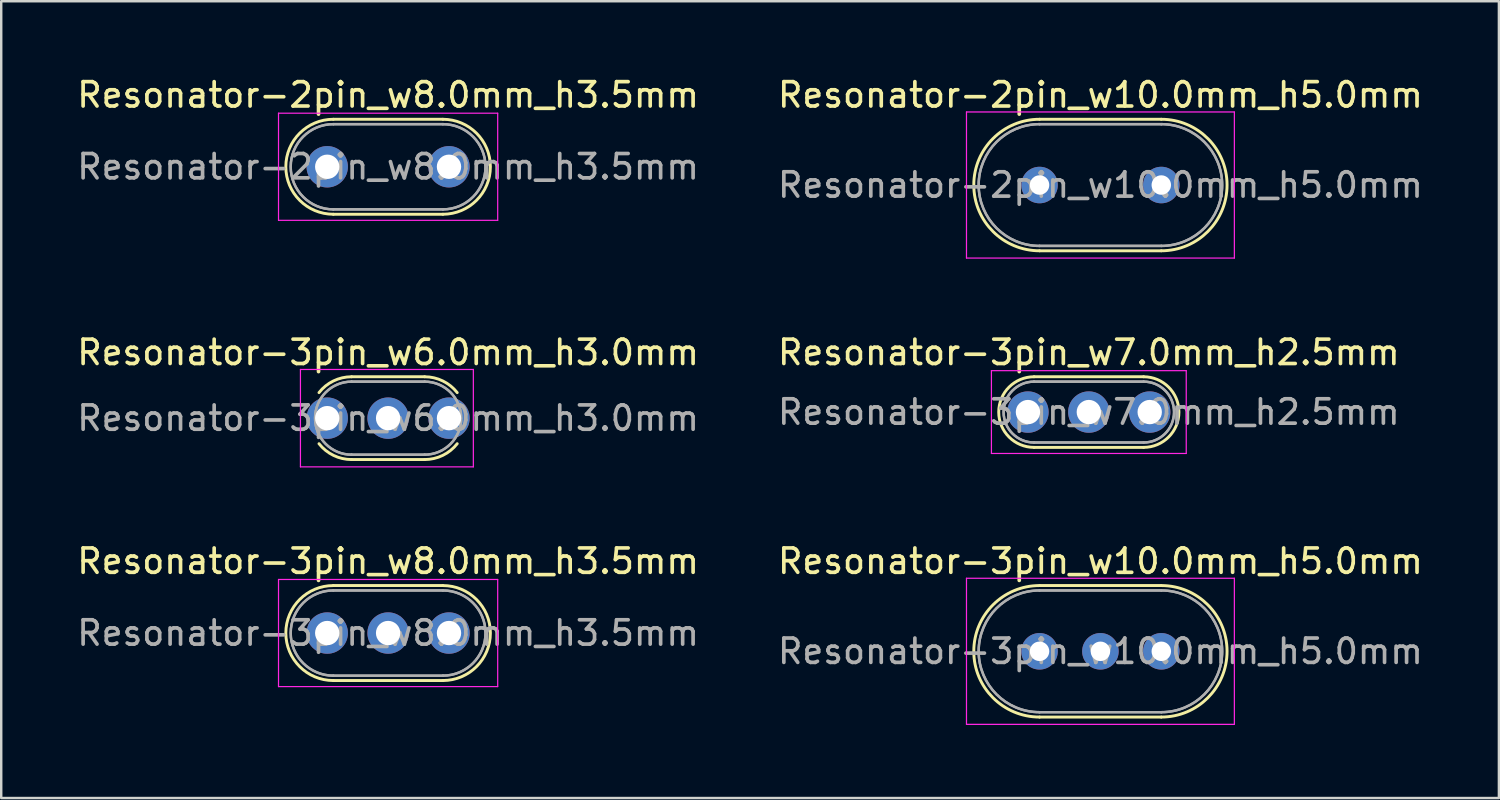
<source format=kicad_pcb>
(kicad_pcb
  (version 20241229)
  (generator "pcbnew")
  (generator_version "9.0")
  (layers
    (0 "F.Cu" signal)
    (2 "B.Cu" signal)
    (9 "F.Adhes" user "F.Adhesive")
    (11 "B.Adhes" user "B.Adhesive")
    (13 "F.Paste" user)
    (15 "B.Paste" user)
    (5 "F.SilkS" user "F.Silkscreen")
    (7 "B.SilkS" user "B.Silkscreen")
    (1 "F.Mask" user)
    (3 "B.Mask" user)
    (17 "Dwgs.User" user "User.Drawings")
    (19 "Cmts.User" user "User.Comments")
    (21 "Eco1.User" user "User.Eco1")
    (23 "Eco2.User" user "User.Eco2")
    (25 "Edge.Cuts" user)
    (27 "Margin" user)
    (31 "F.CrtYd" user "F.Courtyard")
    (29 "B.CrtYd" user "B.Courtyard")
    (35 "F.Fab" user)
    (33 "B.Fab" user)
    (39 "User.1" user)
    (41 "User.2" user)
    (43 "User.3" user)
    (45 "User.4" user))
  (footprint "Resonator-3pin_w7.0mm_h2.5mm"
    (layer "F.Cu")
    (at 39.161 13.871)
    (property "Reference" "Resonator-3pin_w7.0mm_h2.5mm" (at 2.5 -2.45 0) (layer "F.SilkS") (effects (font (size 1 1) (thickness 0.15))))
    (attr through_hole)
    (fp_line (start 0.25 -1.45) (end 4.75 -1.45) (stroke (width 0.12) (type solid)) (layer "F.SilkS"))
    (fp_line (start 0.25 1.45) (end 4.75 1.45) (stroke (width 0.12) (type solid)) (layer "F.SilkS"))
    (fp_arc (start 0.25 1.45) (mid -1.2 0) (end 0.25 -1.45) (stroke (width 0.12) (type solid)) (layer "F.SilkS"))
    (fp_arc (start 4.75 -1.45) (mid 6.2 0) (end 4.75 1.45) (stroke (width 0.12) (type solid)) (layer "F.SilkS"))
    (fp_line (start -1.5 -1.7) (end -1.5 1.7) (stroke (width 0.05) (type solid)) (layer "F.CrtYd"))
    (fp_line (start -1.5 1.7) (end 6.5 1.7) (stroke (width 0.05) (type solid)) (layer "F.CrtYd"))
    (fp_line (start 6.5 -1.7) (end -1.5 -1.7) (stroke (width 0.05) (type solid)) (layer "F.CrtYd"))
    (fp_line (start 6.5 1.7) (end 6.5 -1.7) (stroke (width 0.05) (type solid)) (layer "F.CrtYd"))
    (fp_line (start 0.25 -1.25) (end 4.75 -1.25) (stroke (width 0.1) (type solid)) (layer "F.Fab"))
    (fp_line (start 0.25 -1.25) (end 4.75 -1.25) (stroke (width 0.1) (type solid)) (layer "F.Fab"))
    (fp_line (start 0.25 1.25) (end 4.75 1.25) (stroke (width 0.1) (type solid)) (layer "F.Fab"))
    (fp_line (start 0.25 1.25) (end 4.75 1.25) (stroke (width 0.1) (type solid)) (layer "F.Fab"))
    (fp_arc (start 0.25 1.25) (mid -1 0) (end 0.25 -1.25) (stroke (width 0.1) (type solid)) (layer "F.Fab"))
    (fp_arc (start 0.25 1.25) (mid -1 0) (end 0.25 -1.25) (stroke (width 0.1) (type solid)) (layer "F.Fab"))
    (fp_arc (start 4.75 -1.25) (mid 6 0) (end 4.75 1.25) (stroke (width 0.1) (type solid)) (layer "F.Fab"))
    (fp_arc (start 4.75 -1.25) (mid 6 0) (end 4.75 1.25) (stroke (width 0.1) (type solid)) (layer "F.Fab"))
    (fp_text user "${REFERENCE}" (at 2.5 0 0) (layer "F.Fab") (effects (font (size 1 1) (thickness 0.15))))
    (pad "1" thru_hole circle (at 0 0) (size 1.7 1.7) (drill 1) (layers "*.Cu" "*.Mask"))
    (pad "2" thru_hole circle (at 2.5 0) (size 1.7 1.7) (drill 1) (layers "*.Cu" "*.Mask"))
    (pad "3" thru_hole circle (at 5 0) (size 1.7 1.7) (drill 1) (layers "*.Cu" "*.Mask")))
  (footprint "Resonator-3pin_w6.0mm_h3.0mm"
    (layer "F.Cu")
    (at 10.387 14.121)
    (property "Reference" "Resonator-3pin_w6.0mm_h3.0mm" (at 2.5 -2.7 0) (layer "F.SilkS") (effects (font (size 1 1) (thickness 0.15))))
    (attr through_hole)
    (fp_line (start 1 -1.7) (end 4 -1.7) (stroke (width 0.12) (type solid)) (layer "F.SilkS"))
    (fp_line (start 1 1.7) (end 4 1.7) (stroke (width 0.12) (type solid)) (layer "F.SilkS"))
    (fp_arc (start -0.33779 -1.048961) (mid 0.256102 -1.5286) (end 1 -1.7) (stroke (width 0.12) (type solid)) (layer "F.SilkS"))
    (fp_arc (start 1 1.7) (mid 0.256103 1.5286) (end -0.33779 1.048961) (stroke (width 0.12) (type solid)) (layer "F.SilkS"))
    (fp_arc (start 4 -1.7) (mid 4.743897 -1.5286) (end 5.33779 -1.048961) (stroke (width 0.12) (type solid)) (layer "F.SilkS"))
    (fp_arc (start 5.33779 1.048961) (mid 4.743898 1.5286) (end 4 1.7) (stroke (width 0.12) (type solid)) (layer "F.SilkS"))
    (fp_line (start -1.1 -2) (end -1.1 2) (stroke (width 0.05) (type solid)) (layer "F.CrtYd"))
    (fp_line (start -1.1 2) (end 6 2) (stroke (width 0.05) (type solid)) (layer "F.CrtYd"))
    (fp_line (start 6 -2) (end -1.1 -2) (stroke (width 0.05) (type solid)) (layer "F.CrtYd"))
    (fp_line (start 6 2) (end 6 -2) (stroke (width 0.05) (type solid)) (layer "F.CrtYd"))
    (fp_line (start 1 -1.5) (end 4 -1.5) (stroke (width 0.1) (type solid)) (layer "F.Fab"))
    (fp_line (start 1 -1.5) (end 4 -1.5) (stroke (width 0.1) (type solid)) (layer "F.Fab"))
    (fp_line (start 1 1.5) (end 4 1.5) (stroke (width 0.1) (type solid)) (layer "F.Fab"))
    (fp_line (start 1 1.5) (end 4 1.5) (stroke (width 0.1) (type solid)) (layer "F.Fab"))
    (fp_arc (start 1 1.5) (mid -0.5 0) (end 1 -1.5) (stroke (width 0.1) (type solid)) (layer "F.Fab"))
    (fp_arc (start 1 1.5) (mid -0.5 0) (end 1 -1.5) (stroke (width 0.1) (type solid)) (layer "F.Fab"))
    (fp_arc (start 4 -1.5) (mid 5.5 0) (end 4 1.5) (stroke (width 0.1) (type solid)) (layer "F.Fab"))
    (fp_arc (start 4 -1.5) (mid 5.5 0) (end 4 1.5) (stroke (width 0.1) (type solid)) (layer "F.Fab"))
    (fp_text user "${REFERENCE}" (at 2.5 0 0) (layer "F.Fab") (effects (font (size 1 1) (thickness 0.15))))
    (pad "1" thru_hole circle (at 0 0) (size 1.7 1.7) (drill 1) (layers "*.Cu" "*.Mask"))
    (pad "2" thru_hole circle (at 2.5 0) (size 1.7 1.7) (drill 1) (layers "*.Cu" "*.Mask"))
    (pad "3" thru_hole circle (at 5 0) (size 1.7 1.7) (drill 1) (layers "*.Cu" "*.Mask")))
  (footprint "Resonator-3pin_w10.0mm_h5.0mm"
    (layer "F.Cu")
    (at 39.637 23.695)
    (property "Reference" "Resonator-3pin_w10.0mm_h5.0mm" (at 2.5 -3.7 0) (layer "F.SilkS") (effects (font (size 1 1) (thickness 0.15))))
    (attr through_hole)
    (fp_line (start 0 -2.7) (end 5 -2.7) (stroke (width 0.12) (type solid)) (layer "F.SilkS"))
    (fp_line (start 0 2.7) (end 5 2.7) (stroke (width 0.12) (type solid)) (layer "F.SilkS"))
    (fp_arc (start 0 2.7) (mid -2.7 0) (end 0 -2.7) (stroke (width 0.12) (type solid)) (layer "F.SilkS"))
    (fp_arc (start 5 -2.7) (mid 7.7 0) (end 5 2.7) (stroke (width 0.12) (type solid)) (layer "F.SilkS"))
    (fp_line (start -3 -3) (end -3 3) (stroke (width 0.05) (type solid)) (layer "F.CrtYd"))
    (fp_line (start -3 3) (end 8 3) (stroke (width 0.05) (type solid)) (layer "F.CrtYd"))
    (fp_line (start 8 -3) (end -3 -3) (stroke (width 0.05) (type solid)) (layer "F.CrtYd"))
    (fp_line (start 8 3) (end 8 -3) (stroke (width 0.05) (type solid)) (layer "F.CrtYd"))
    (fp_line (start 0 -2.5) (end 5 -2.5) (stroke (width 0.1) (type solid)) (layer "F.Fab"))
    (fp_line (start 0 -2.5) (end 5 -2.5) (stroke (width 0.1) (type solid)) (layer "F.Fab"))
    (fp_line (start 0 2.5) (end 5 2.5) (stroke (width 0.1) (type solid)) (layer "F.Fab"))
    (fp_line (start 0 2.5) (end 5 2.5) (stroke (width 0.1) (type solid)) (layer "F.Fab"))
    (fp_arc (start 0 2.5) (mid -2.5 0) (end 0 -2.5) (stroke (width 0.1) (type solid)) (layer "F.Fab"))
    (fp_arc (start 0 2.5) (mid -2.5 0) (end 0 -2.5) (stroke (width 0.1) (type solid)) (layer "F.Fab"))
    (fp_arc (start 5 -2.5) (mid 7.5 0) (end 5 2.5) (stroke (width 0.1) (type solid)) (layer "F.Fab"))
    (fp_arc (start 5 -2.5) (mid 7.5 0) (end 5 2.5) (stroke (width 0.1) (type solid)) (layer "F.Fab"))
    (fp_text user "${REFERENCE}" (at 2.5 0 0) (layer "F.Fab") (effects (font (size 1 1) (thickness 0.15))))
    (pad "1" thru_hole circle (at 0 0) (size 1.5 1.5) (drill 0.8) (layers "*.Cu" "*.Mask"))
    (pad "2" thru_hole circle (at 2.5 0) (size 1.5 1.5) (drill 0.8) (layers "*.Cu" "*.Mask"))
    (pad "3" thru_hole circle (at 5 0) (size 1.5 1.5) (drill 0.8) (layers "*.Cu" "*.Mask")))
  (footprint "Resonator-2pin_w10.0mm_h5.0mm"
    (layer "F.Cu")
    (at 39.637 4.548)
    (property "Reference" "Resonator-2pin_w10.0mm_h5.0mm" (at 2.5 -3.7 0) (layer "F.SilkS") (effects (font (size 1 1) (thickness 0.15))))
    (attr through_hole)
    (fp_line (start 0 -2.7) (end 5 -2.7) (stroke (width 0.12) (type solid)) (layer "F.SilkS"))
    (fp_line (start 0 2.7) (end 5 2.7) (stroke (width 0.12) (type solid)) (layer "F.SilkS"))
    (fp_arc (start 0 2.7) (mid -2.7 0) (end 0 -2.7) (stroke (width 0.12) (type solid)) (layer "F.SilkS"))
    (fp_arc (start 5 -2.7) (mid 7.7 0) (end 5 2.7) (stroke (width 0.12) (type solid)) (layer "F.SilkS"))
    (fp_line (start -3 -3) (end -3 3) (stroke (width 0.05) (type solid)) (layer "F.CrtYd"))
    (fp_line (start -3 3) (end 8 3) (stroke (width 0.05) (type solid)) (layer "F.CrtYd"))
    (fp_line (start 8 -3) (end -3 -3) (stroke (width 0.05) (type solid)) (layer "F.CrtYd"))
    (fp_line (start 8 3) (end 8 -3) (stroke (width 0.05) (type solid)) (layer "F.CrtYd"))
    (fp_line (start 0 -2.5) (end 5 -2.5) (stroke (width 0.1) (type solid)) (layer "F.Fab"))
    (fp_line (start 0 -2.5) (end 5 -2.5) (stroke (width 0.1) (type solid)) (layer "F.Fab"))
    (fp_line (start 0 2.5) (end 5 2.5) (stroke (width 0.1) (type solid)) (layer "F.Fab"))
    (fp_line (start 0 2.5) (end 5 2.5) (stroke (width 0.1) (type solid)) (layer "F.Fab"))
    (fp_arc (start 0 2.5) (mid -2.5 0) (end 0 -2.5) (stroke (width 0.1) (type solid)) (layer "F.Fab"))
    (fp_arc (start 0 2.5) (mid -2.5 0) (end 0 -2.5) (stroke (width 0.1) (type solid)) (layer "F.Fab"))
    (fp_arc (start 5 -2.5) (mid 7.5 0) (end 5 2.5) (stroke (width 0.1) (type solid)) (layer "F.Fab"))
    (fp_arc (start 5 -2.5) (mid 7.5 0) (end 5 2.5) (stroke (width 0.1) (type solid)) (layer "F.Fab"))
    (fp_text user "${REFERENCE}" (at 2.5 0 0) (layer "F.Fab") (effects (font (size 1 1) (thickness 0.15))))
    (pad "1" thru_hole circle (at 0 0) (size 1.5 1.5) (drill 0.8) (layers "*.Cu" "*.Mask"))
    (pad "2" thru_hole circle (at 5 0) (size 1.5 1.5) (drill 0.8) (layers "*.Cu" "*.Mask")))
  (footprint "Resonator-2pin_w8.0mm_h3.5mm"
    (layer "F.Cu")
    (at 10.387 3.798)
    (property "Reference" "Resonator-2pin_w8.0mm_h3.5mm" (at 2.5 -2.95 0) (layer "F.SilkS") (effects (font (size 1 1) (thickness 0.15))))
    (attr through_hole)
    (fp_line (start 0.25 -1.95) (end 4.75 -1.95) (stroke (width 0.12) (type solid)) (layer "F.SilkS"))
    (fp_line (start 0.25 1.95) (end 4.75 1.95) (stroke (width 0.12) (type solid)) (layer "F.SilkS"))
    (fp_arc (start 0.25 1.95) (mid -1.7 0) (end 0.25 -1.95) (stroke (width 0.12) (type solid)) (layer "F.SilkS"))
    (fp_arc (start 4.75 -1.95) (mid 6.7 0) (end 4.75 1.95) (stroke (width 0.12) (type solid)) (layer "F.SilkS"))
    (fp_line (start -2 -2.2) (end -2 2.2) (stroke (width 0.05) (type solid)) (layer "F.CrtYd"))
    (fp_line (start -2 2.2) (end 7 2.2) (stroke (width 0.05) (type solid)) (layer "F.CrtYd"))
    (fp_line (start 7 -2.2) (end -2 -2.2) (stroke (width 0.05) (type solid)) (layer "F.CrtYd"))
    (fp_line (start 7 2.2) (end 7 -2.2) (stroke (width 0.05) (type solid)) (layer "F.CrtYd"))
    (fp_line (start 0.25 -1.75) (end 4.75 -1.75) (stroke (width 0.1) (type solid)) (layer "F.Fab"))
    (fp_line (start 0.25 -1.75) (end 4.75 -1.75) (stroke (width 0.1) (type solid)) (layer "F.Fab"))
    (fp_line (start 0.25 1.75) (end 4.75 1.75) (stroke (width 0.1) (type solid)) (layer "F.Fab"))
    (fp_line (start 0.25 1.75) (end 4.75 1.75) (stroke (width 0.1) (type solid)) (layer "F.Fab"))
    (fp_arc (start 0.25 1.75) (mid -1.5 0) (end 0.25 -1.75) (stroke (width 0.1) (type solid)) (layer "F.Fab"))
    (fp_arc (start 0.25 1.75) (mid -1.5 0) (end 0.25 -1.75) (stroke (width 0.1) (type solid)) (layer "F.Fab"))
    (fp_arc (start 4.75 -1.75) (mid 6.5 0) (end 4.75 1.75) (stroke (width 0.1) (type solid)) (layer "F.Fab"))
    (fp_arc (start 4.75 -1.75) (mid 6.5 0) (end 4.75 1.75) (stroke (width 0.1) (type solid)) (layer "F.Fab"))
    (fp_text user "${REFERENCE}" (at 2.5 0 0) (layer "F.Fab") (effects (font (size 1 1) (thickness 0.15))))
    (pad "1" thru_hole circle (at 0 0) (size 1.7 1.7) (drill 1) (layers "*.Cu" "*.Mask"))
    (pad "2" thru_hole circle (at 5 0) (size 1.7 1.7) (drill 1) (layers "*.Cu" "*.Mask")))
  (footprint "Resonator-3pin_w8.0mm_h3.5mm"
    (layer "F.Cu")
    (at 10.387 22.945)
    (property "Reference" "Resonator-3pin_w8.0mm_h3.5mm" (at 2.5 -2.95 0) (layer "F.SilkS") (effects (font (size 1 1) (thickness 0.15))))
    (attr through_hole)
    (fp_line (start 0.25 -1.95) (end 4.75 -1.95) (stroke (width 0.12) (type solid)) (layer "F.SilkS"))
    (fp_line (start 0.25 1.95) (end 4.75 1.95) (stroke (width 0.12) (type solid)) (layer "F.SilkS"))
    (fp_arc (start 0.25 1.95) (mid -1.7 0) (end 0.25 -1.95) (stroke (width 0.12) (type solid)) (layer "F.SilkS"))
    (fp_arc (start 4.75 -1.95) (mid 6.7 0) (end 4.75 1.95) (stroke (width 0.12) (type solid)) (layer "F.SilkS"))
    (fp_line (start -2 -2.2) (end -2 2.2) (stroke (width 0.05) (type solid)) (layer "F.CrtYd"))
    (fp_line (start -2 2.2) (end 7 2.2) (stroke (width 0.05) (type solid)) (layer "F.CrtYd"))
    (fp_line (start 7 -2.2) (end -2 -2.2) (stroke (width 0.05) (type solid)) (layer "F.CrtYd"))
    (fp_line (start 7 2.2) (end 7 -2.2) (stroke (width 0.05) (type solid)) (layer "F.CrtYd"))
    (fp_line (start 0.25 -1.75) (end 4.75 -1.75) (stroke (width 0.1) (type solid)) (layer "F.Fab"))
    (fp_line (start 0.25 -1.75) (end 4.75 -1.75) (stroke (width 0.1) (type solid)) (layer "F.Fab"))
    (fp_line (start 0.25 1.75) (end 4.75 1.75) (stroke (width 0.1) (type solid)) (layer "F.Fab"))
    (fp_line (start 0.25 1.75) (end 4.75 1.75) (stroke (width 0.1) (type solid)) (layer "F.Fab"))
    (fp_arc (start 0.25 1.75) (mid -1.5 0) (end 0.25 -1.75) (stroke (width 0.1) (type solid)) (layer "F.Fab"))
    (fp_arc (start 0.25 1.75) (mid -1.5 0) (end 0.25 -1.75) (stroke (width 0.1) (type solid)) (layer "F.Fab"))
    (fp_arc (start 4.75 -1.75) (mid 6.5 0) (end 4.75 1.75) (stroke (width 0.1) (type solid)) (layer "F.Fab"))
    (fp_arc (start 4.75 -1.75) (mid 6.5 0) (end 4.75 1.75) (stroke (width 0.1) (type solid)) (layer "F.Fab"))
    (fp_text user "${REFERENCE}" (at 2.5 0 0) (layer "F.Fab") (effects (font (size 1 1) (thickness 0.15))))
    (pad "1" thru_hole circle (at 0 0) (size 1.7 1.7) (drill 1) (layers "*.Cu" "*.Mask"))
    (pad "2" thru_hole circle (at 2.5 0) (size 1.7 1.7) (drill 1) (layers "*.Cu" "*.Mask"))
    (pad "3" thru_hole circle (at 5 0) (size 1.7 1.7) (drill 1) (layers "*.Cu" "*.Mask")))
  (gr_rect
    (start -3 -3)
    (end 58.5 29.72)
    (stroke (width 0.1) (type default))
    (fill no)
    (layer "Edge.Cuts")))
</source>
